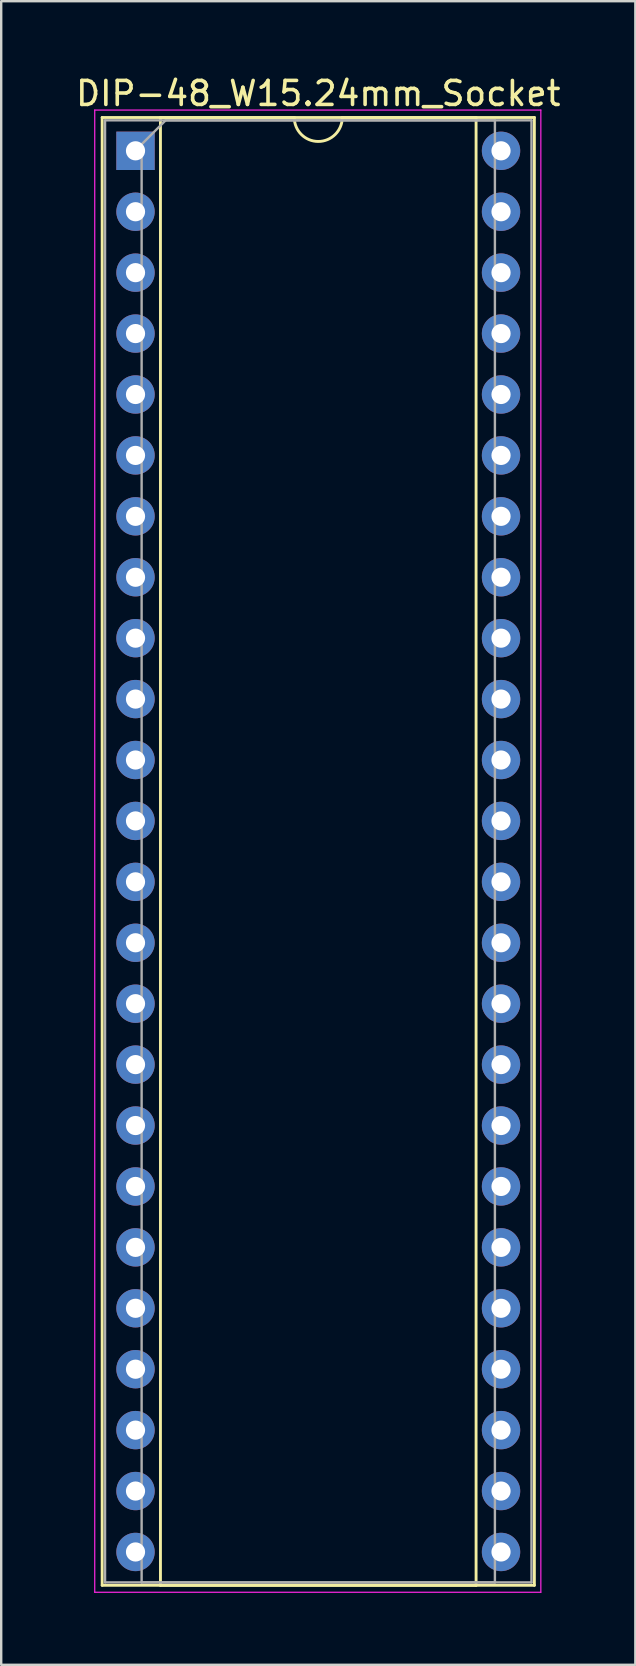
<source format=kicad_pcb>
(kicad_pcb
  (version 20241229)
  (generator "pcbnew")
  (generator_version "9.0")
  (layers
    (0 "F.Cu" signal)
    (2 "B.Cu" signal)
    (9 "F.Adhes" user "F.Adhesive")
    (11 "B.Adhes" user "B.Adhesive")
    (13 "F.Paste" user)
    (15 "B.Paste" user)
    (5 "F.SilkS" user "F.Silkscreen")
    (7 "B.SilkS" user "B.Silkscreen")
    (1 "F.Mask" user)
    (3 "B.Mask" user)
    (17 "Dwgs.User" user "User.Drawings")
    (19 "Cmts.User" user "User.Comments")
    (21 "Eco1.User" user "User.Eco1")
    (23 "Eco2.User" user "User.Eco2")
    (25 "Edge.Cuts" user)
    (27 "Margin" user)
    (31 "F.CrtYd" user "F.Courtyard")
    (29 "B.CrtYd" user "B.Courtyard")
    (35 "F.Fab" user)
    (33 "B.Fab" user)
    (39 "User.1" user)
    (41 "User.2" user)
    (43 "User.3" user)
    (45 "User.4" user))
  (footprint "DIP-48_W15.24mm_Socket"
    (layer "F.Cu")
    (at 2.6 3.238)
    (property "Reference" "DIP-48_W15.24mm_Socket" (at 7.62 -2.39 0) (layer "F.SilkS") (effects (font (size 1 1) (thickness 0.15))))
    (attr through_hole)
    (fp_line (start -1.39 -1.39) (end -1.39 59.81) (stroke (width 0.12) (type solid)) (layer "F.SilkS"))
    (fp_line (start -1.39 59.81) (end 16.63 59.81) (stroke (width 0.12) (type solid)) (layer "F.SilkS"))
    (fp_line (start 1.04 -1.39) (end 1.04 59.81) (stroke (width 0.12) (type solid)) (layer "F.SilkS"))
    (fp_line (start 1.04 59.81) (end 14.2 59.81) (stroke (width 0.12) (type solid)) (layer "F.SilkS"))
    (fp_line (start 6.62 -1.39) (end 1.04 -1.39) (stroke (width 0.12) (type solid)) (layer "F.SilkS"))
    (fp_line (start 14.2 -1.39) (end 8.62 -1.39) (stroke (width 0.12) (type solid)) (layer "F.SilkS"))
    (fp_line (start 14.2 59.81) (end 14.2 -1.39) (stroke (width 0.12) (type solid)) (layer "F.SilkS"))
    (fp_line (start 16.63 -1.39) (end -1.39 -1.39) (stroke (width 0.12) (type solid)) (layer "F.SilkS"))
    (fp_line (start 16.63 59.81) (end 16.63 -1.39) (stroke (width 0.12) (type solid)) (layer "F.SilkS"))
    (fp_arc (start 8.62 -1.39) (mid 7.62 -0.39) (end 6.62 -1.39) (stroke (width 0.12) (type solid)) (layer "F.SilkS"))
    (fp_line (start -1.7 -1.7) (end -1.7 60.1) (stroke (width 0.05) (type solid)) (layer "F.CrtYd"))
    (fp_line (start -1.7 60.1) (end 16.9 60.1) (stroke (width 0.05) (type solid)) (layer "F.CrtYd"))
    (fp_line (start 16.9 -1.7) (end -1.7 -1.7) (stroke (width 0.05) (type solid)) (layer "F.CrtYd"))
    (fp_line (start 16.9 60.1) (end 16.9 -1.7) (stroke (width 0.05) (type solid)) (layer "F.CrtYd"))
    (fp_line (start -1.27 -1.27) (end -1.27 59.69) (stroke (width 0.1) (type solid)) (layer "F.Fab"))
    (fp_line (start -1.27 59.69) (end 16.51 59.69) (stroke (width 0.1) (type solid)) (layer "F.Fab"))
    (fp_line (start 0.255 -0.27) (end 1.255 -1.27) (stroke (width 0.1) (type solid)) (layer "F.Fab"))
    (fp_line (start 0.255 59.69) (end 0.255 -0.27) (stroke (width 0.1) (type solid)) (layer "F.Fab"))
    (fp_line (start 1.255 -1.27) (end 14.985 -1.27) (stroke (width 0.1) (type solid)) (layer "F.Fab"))
    (fp_line (start 14.985 -1.27) (end 14.985 59.69) (stroke (width 0.1) (type solid)) (layer "F.Fab"))
    (fp_line (start 14.985 59.69) (end 0.255 59.69) (stroke (width 0.1) (type solid)) (layer "F.Fab"))
    (fp_line (start 16.51 -1.27) (end -1.27 -1.27) (stroke (width 0.1) (type solid)) (layer "F.Fab"))
    (fp_line (start 16.51 59.69) (end 16.51 -1.27) (stroke (width 0.1) (type solid)) (layer "F.Fab"))
    (pad "1" thru_hole rect (at 0 0) (size 1.6 1.6) (drill 0.8) (layers "*.Cu" "*.Mask"))
    (pad "2" thru_hole oval (at 0 2.54) (size 1.6 1.6) (drill 0.8) (layers "*.Cu" "*.Mask"))
    (pad "3" thru_hole oval (at 0 5.08) (size 1.6 1.6) (drill 0.8) (layers "*.Cu" "*.Mask"))
    (pad "4" thru_hole oval (at 0 7.62) (size 1.6 1.6) (drill 0.8) (layers "*.Cu" "*.Mask"))
    (pad "5" thru_hole oval (at 0 10.16) (size 1.6 1.6) (drill 0.8) (layers "*.Cu" "*.Mask"))
    (pad "6" thru_hole oval (at 0 12.7) (size 1.6 1.6) (drill 0.8) (layers "*.Cu" "*.Mask"))
    (pad "7" thru_hole oval (at 0 15.24) (size 1.6 1.6) (drill 0.8) (layers "*.Cu" "*.Mask"))
    (pad "8" thru_hole oval (at 0 17.78) (size 1.6 1.6) (drill 0.8) (layers "*.Cu" "*.Mask"))
    (pad "9" thru_hole oval (at 0 20.32) (size 1.6 1.6) (drill 0.8) (layers "*.Cu" "*.Mask"))
    (pad "10" thru_hole oval (at 0 22.86) (size 1.6 1.6) (drill 0.8) (layers "*.Cu" "*.Mask"))
    (pad "11" thru_hole oval (at 0 25.4) (size 1.6 1.6) (drill 0.8) (layers "*.Cu" "*.Mask"))
    (pad "12" thru_hole oval (at 0 27.94) (size 1.6 1.6) (drill 0.8) (layers "*.Cu" "*.Mask"))
    (pad "13" thru_hole oval (at 0 30.48) (size 1.6 1.6) (drill 0.8) (layers "*.Cu" "*.Mask"))
    (pad "14" thru_hole oval (at 0 33.02) (size 1.6 1.6) (drill 0.8) (layers "*.Cu" "*.Mask"))
    (pad "15" thru_hole oval (at 0 35.56) (size 1.6 1.6) (drill 0.8) (layers "*.Cu" "*.Mask"))
    (pad "16" thru_hole oval (at 0 38.1) (size 1.6 1.6) (drill 0.8) (layers "*.Cu" "*.Mask"))
    (pad "17" thru_hole oval (at 0 40.64) (size 1.6 1.6) (drill 0.8) (layers "*.Cu" "*.Mask"))
    (pad "18" thru_hole oval (at 0 43.18) (size 1.6 1.6) (drill 0.8) (layers "*.Cu" "*.Mask"))
    (pad "19" thru_hole oval (at 0 45.72) (size 1.6 1.6) (drill 0.8) (layers "*.Cu" "*.Mask"))
    (pad "20" thru_hole oval (at 0 48.26) (size 1.6 1.6) (drill 0.8) (layers "*.Cu" "*.Mask"))
    (pad "21" thru_hole oval (at 0 50.8) (size 1.6 1.6) (drill 0.8) (layers "*.Cu" "*.Mask"))
    (pad "22" thru_hole oval (at 0 53.34) (size 1.6 1.6) (drill 0.8) (layers "*.Cu" "*.Mask"))
    (pad "23" thru_hole oval (at 0 55.88) (size 1.6 1.6) (drill 0.8) (layers "*.Cu" "*.Mask"))
    (pad "24" thru_hole oval (at 0 58.42) (size 1.6 1.6) (drill 0.8) (layers "*.Cu" "*.Mask"))
    (pad "25" thru_hole oval (at 15.24 58.42) (size 1.6 1.6) (drill 0.8) (layers "*.Cu" "*.Mask"))
    (pad "26" thru_hole oval (at 15.24 55.88) (size 1.6 1.6) (drill 0.8) (layers "*.Cu" "*.Mask"))
    (pad "27" thru_hole oval (at 15.24 53.34) (size 1.6 1.6) (drill 0.8) (layers "*.Cu" "*.Mask"))
    (pad "28" thru_hole oval (at 15.24 50.8) (size 1.6 1.6) (drill 0.8) (layers "*.Cu" "*.Mask"))
    (pad "29" thru_hole oval (at 15.24 48.26) (size 1.6 1.6) (drill 0.8) (layers "*.Cu" "*.Mask"))
    (pad "30" thru_hole oval (at 15.24 45.72) (size 1.6 1.6) (drill 0.8) (layers "*.Cu" "*.Mask"))
    (pad "31" thru_hole oval (at 15.24 43.18) (size 1.6 1.6) (drill 0.8) (layers "*.Cu" "*.Mask"))
    (pad "32" thru_hole oval (at 15.24 40.64) (size 1.6 1.6) (drill 0.8) (layers "*.Cu" "*.Mask"))
    (pad "33" thru_hole oval (at 15.24 38.1) (size 1.6 1.6) (drill 0.8) (layers "*.Cu" "*.Mask"))
    (pad "34" thru_hole oval (at 15.24 35.56) (size 1.6 1.6) (drill 0.8) (layers "*.Cu" "*.Mask"))
    (pad "35" thru_hole oval (at 15.24 33.02) (size 1.6 1.6) (drill 0.8) (layers "*.Cu" "*.Mask"))
    (pad "36" thru_hole oval (at 15.24 30.48) (size 1.6 1.6) (drill 0.8) (layers "*.Cu" "*.Mask"))
    (pad "37" thru_hole oval (at 15.24 27.94) (size 1.6 1.6) (drill 0.8) (layers "*.Cu" "*.Mask"))
    (pad "38" thru_hole oval (at 15.24 25.4) (size 1.6 1.6) (drill 0.8) (layers "*.Cu" "*.Mask"))
    (pad "39" thru_hole oval (at 15.24 22.86) (size 1.6 1.6) (drill 0.8) (layers "*.Cu" "*.Mask"))
    (pad "40" thru_hole oval (at 15.24 20.32) (size 1.6 1.6) (drill 0.8) (layers "*.Cu" "*.Mask"))
    (pad "41" thru_hole oval (at 15.24 17.78) (size 1.6 1.6) (drill 0.8) (layers "*.Cu" "*.Mask"))
    (pad "42" thru_hole oval (at 15.24 15.24) (size 1.6 1.6) (drill 0.8) (layers "*.Cu" "*.Mask"))
    (pad "43" thru_hole oval (at 15.24 12.7) (size 1.6 1.6) (drill 0.8) (layers "*.Cu" "*.Mask"))
    (pad "44" thru_hole oval (at 15.24 10.16) (size 1.6 1.6) (drill 0.8) (layers "*.Cu" "*.Mask"))
    (pad "45" thru_hole oval (at 15.24 7.62) (size 1.6 1.6) (drill 0.8) (layers "*.Cu" "*.Mask"))
    (pad "46" thru_hole oval (at 15.24 5.08) (size 1.6 1.6) (drill 0.8) (layers "*.Cu" "*.Mask"))
    (pad "47" thru_hole oval (at 15.24 2.54) (size 1.6 1.6) (drill 0.8) (layers "*.Cu" "*.Mask"))
    (pad "48" thru_hole oval (at 15.24 0) (size 1.6 1.6) (drill 0.8) (layers "*.Cu" "*.Mask")))
  (gr_rect
    (start -3 -3)
    (end 23.44 66.363)
    (stroke (width 0.1) (type default))
    (fill no)
    (layer "Edge.Cuts")))
</source>
